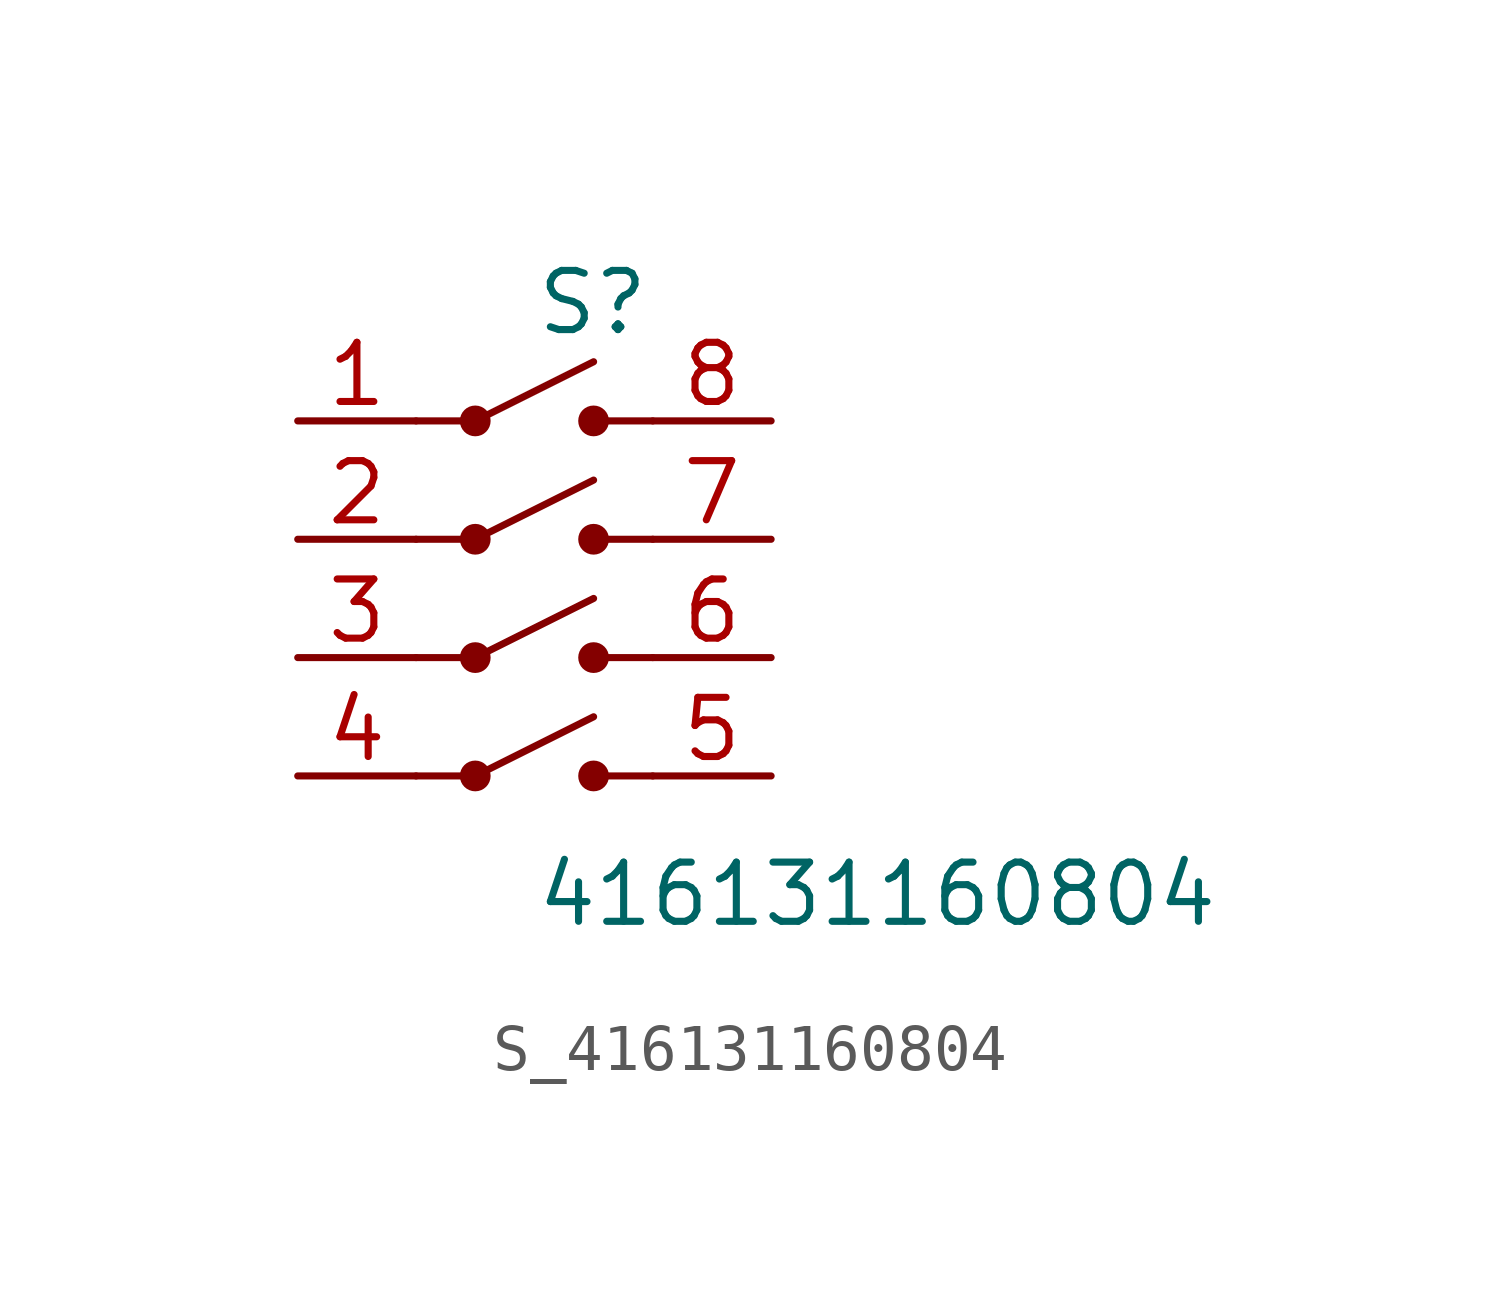
<source format=kicad_sym>
(kicad_symbol_lib
  (version 20231120)
  (generator kicad_symbol_editor)
  (generator_version 8.0)
  (symbol "S_416131160804"
    (pin_names
      (offset 0.254))
    (property "Reference" "S"
      (at 0 6.35 0)
      (effects (font (size 1.27 1.27)) (justify left)))
    (property "Value" "416131160804"
      (at 0 -6.35 0)
      (effects (font (size 1.27 1.27)) (justify left)))
    (symbol "S_416131160804_0_0"
      (pin passive line (at -5.08 3.81 0) (length 2.54) (name "" (effects (font (size 1.27 1.27)))) (number "1" (effects (font (size 1.27 1.27)))))
      (pin passive line (at -5.08 1.27 0) (length 2.54) (name "" (effects (font (size 1.27 1.27)))) (number "2" (effects (font (size 1.27 1.27)))))
      (pin passive line (at -5.08 -1.27 0) (length 2.54) (name "" (effects (font (size 1.27 1.27)))) (number "3" (effects (font (size 1.27 1.27)))))
      (pin passive line (at -5.08 -3.81 0) (length 2.54) (name "" (effects (font (size 1.27 1.27)))) (number "4" (effects (font (size 1.27 1.27)))))
      (pin passive line (at 5.08 3.81 180) (length 2.54) (name "" (effects (font (size 1.27 1.27)))) (number "8" (effects (font (size 1.27 1.27)))))
      (pin passive line (at 5.08 1.27 180) (length 2.54) (name "" (effects (font (size 1.27 1.27)))) (number "7" (effects (font (size 1.27 1.27)))))
      (pin passive line (at 5.08 -1.27 180) (length 2.54) (name "" (effects (font (size 1.27 1.27)))) (number "6" (effects (font (size 1.27 1.27)))))
      (pin passive line (at 5.08 -3.81 180) (length 2.54) (name "" (effects (font (size 1.27 1.27)))) (number "5" (effects (font (size 1.27 1.27)))))
      (polyline (pts (xy -2.54 3.81) (xy -1.27 3.81) (xy 1.27 5.08)) (stroke (width 0) (type default)) (fill (type none)))
      (circle (center -1.27 3.81) (radius 0.254) (stroke (width 0) (type solid)) (fill (type outline)))
      (circle (center 1.27 3.81) (radius 0.254) (stroke (width 0) (type solid)) (fill (type outline)))
      (polyline (pts (xy 2.54 3.81) (xy 1.27 3.81)) (stroke (width 0) (type default)) (fill (type none)))
      (polyline (pts (xy -2.54 1.27) (xy -1.27 1.27) (xy 1.27 2.54)) (stroke (width 0) (type default)) (fill (type none)))
      (circle (center -1.27 1.27) (radius 0.254) (stroke (width 0) (type solid)) (fill (type outline)))
      (circle (center 1.27 1.27) (radius 0.254) (stroke (width 0) (type solid)) (fill (type outline)))
      (polyline (pts (xy 2.54 1.27) (xy 1.27 1.27)) (stroke (width 0) (type default)) (fill (type none)))
      (polyline (pts (xy -2.54 -1.27) (xy -1.27 -1.27) (xy 1.27 0.0)) (stroke (width 0) (type default)) (fill (type none)))
      (circle (center -1.27 -1.27) (radius 0.254) (stroke (width 0) (type solid)) (fill (type outline)))
      (circle (center 1.27 -1.27) (radius 0.254) (stroke (width 0) (type solid)) (fill (type outline)))
      (polyline (pts (xy 2.54 -1.27) (xy 1.27 -1.27)) (stroke (width 0) (type default)) (fill (type none)))
      (polyline (pts (xy -2.54 -3.81) (xy -1.27 -3.81) (xy 1.27 -2.54)) (stroke (width 0) (type default)) (fill (type none)))
      (circle (center -1.27 -3.81) (radius 0.254) (stroke (width 0) (type solid)) (fill (type outline)))
      (circle (center 1.27 -3.81) (radius 0.254) (stroke (width 0) (type solid)) (fill (type outline)))
      (polyline (pts (xy 2.54 -3.81) (xy 1.27 -3.81)) (stroke (width 0) (type default)) (fill (type none))))
    (symbol "S_416131160804_1_0")))
</source>
